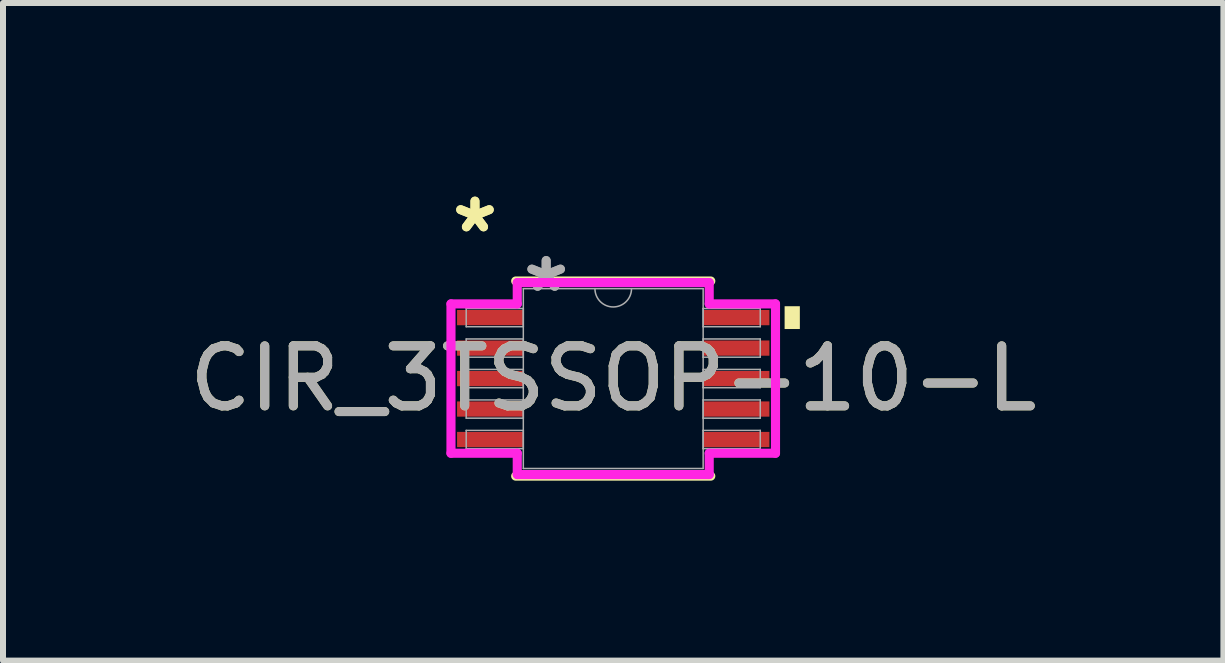
<source format=kicad_pcb>
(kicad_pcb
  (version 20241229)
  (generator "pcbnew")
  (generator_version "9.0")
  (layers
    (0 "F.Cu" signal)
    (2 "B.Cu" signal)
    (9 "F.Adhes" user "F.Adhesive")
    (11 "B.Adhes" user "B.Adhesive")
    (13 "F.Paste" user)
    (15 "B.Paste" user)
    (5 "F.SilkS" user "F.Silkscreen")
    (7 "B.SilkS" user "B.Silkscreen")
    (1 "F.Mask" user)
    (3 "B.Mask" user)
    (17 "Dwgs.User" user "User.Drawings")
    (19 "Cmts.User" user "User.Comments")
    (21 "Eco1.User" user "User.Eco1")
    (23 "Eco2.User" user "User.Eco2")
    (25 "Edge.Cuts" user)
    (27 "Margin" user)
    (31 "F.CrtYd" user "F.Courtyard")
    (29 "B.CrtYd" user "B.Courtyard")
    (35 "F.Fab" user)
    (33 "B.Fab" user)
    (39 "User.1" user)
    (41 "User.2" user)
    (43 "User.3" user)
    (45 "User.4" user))
  (footprint "CIR_3TSSOP-10-L"
    (layer "F.Cu")
    (at 7.173 3.261)
    (property "Reference" "CIR_3TSSOP-10-L" (at 0 0 0) (unlocked yes) (layer "F.SilkS") (effects (font (size 1 1) (thickness 0.15))))
    (attr smd)
    (fp_line (start -1.626 1.626) (end 1.626 1.626) (stroke (width 0.152) (type solid)) (layer "F.SilkS"))
    (fp_line (start 1.626 -1.626) (end -1.626 -1.626) (stroke (width 0.152) (type solid)) (layer "F.SilkS"))
    (fp_poly (pts (xy 3.111 -1.206) (xy 3.111 -0.826) (xy 2.857 -0.826) (xy 2.857 -1.206)) (stroke (width 0) (type solid)) (fill yes) (layer "F.SilkS"))
    (fp_line (start -2.705 -1.245) (end -1.6 -1.245) (stroke (width 0.152) (type solid)) (layer "F.CrtYd"))
    (fp_line (start -2.705 1.245) (end -2.705 -1.245) (stroke (width 0.152) (type solid)) (layer "F.CrtYd"))
    (fp_line (start -2.705 1.245) (end -1.6 1.245) (stroke (width 0.152) (type solid)) (layer "F.CrtYd"))
    (fp_line (start -1.6 -1.6) (end 1.6 -1.6) (stroke (width 0.152) (type solid)) (layer "F.CrtYd"))
    (fp_line (start -1.6 -1.245) (end -1.6 -1.6) (stroke (width 0.152) (type solid)) (layer "F.CrtYd"))
    (fp_line (start -1.6 1.6) (end -1.6 1.245) (stroke (width 0.152) (type solid)) (layer "F.CrtYd"))
    (fp_line (start 1.6 -1.6) (end 1.6 -1.245) (stroke (width 0.152) (type solid)) (layer "F.CrtYd"))
    (fp_line (start 1.6 1.245) (end 1.6 1.6) (stroke (width 0.152) (type solid)) (layer "F.CrtYd"))
    (fp_line (start 1.6 1.6) (end -1.6 1.6) (stroke (width 0.152) (type solid)) (layer "F.CrtYd"))
    (fp_line (start 2.705 -1.245) (end 1.6 -1.245) (stroke (width 0.152) (type solid)) (layer "F.CrtYd"))
    (fp_line (start 2.705 -1.245) (end 2.705 1.245) (stroke (width 0.152) (type solid)) (layer "F.CrtYd"))
    (fp_line (start 2.705 1.245) (end 1.6 1.245) (stroke (width 0.152) (type solid)) (layer "F.CrtYd"))
    (fp_line (start -2.451 -1.168) (end -2.451 -0.864) (stroke (width 0.025) (type solid)) (layer "F.Fab"))
    (fp_line (start -2.451 -0.864) (end -1.499 -0.864) (stroke (width 0.025) (type solid)) (layer "F.Fab"))
    (fp_line (start -2.451 -0.66) (end -2.451 -0.356) (stroke (width 0.025) (type solid)) (layer "F.Fab"))
    (fp_line (start -2.451 -0.356) (end -1.499 -0.356) (stroke (width 0.025) (type solid)) (layer "F.Fab"))
    (fp_line (start -2.451 -0.152) (end -2.451 0.152) (stroke (width 0.025) (type solid)) (layer "F.Fab"))
    (fp_line (start -2.451 0.152) (end -1.499 0.152) (stroke (width 0.025) (type solid)) (layer "F.Fab"))
    (fp_line (start -2.451 0.356) (end -2.451 0.66) (stroke (width 0.025) (type solid)) (layer "F.Fab"))
    (fp_line (start -2.451 0.66) (end -1.499 0.66) (stroke (width 0.025) (type solid)) (layer "F.Fab"))
    (fp_line (start -2.451 0.864) (end -2.451 1.168) (stroke (width 0.025) (type solid)) (layer "F.Fab"))
    (fp_line (start -2.451 1.168) (end -1.499 1.168) (stroke (width 0.025) (type solid)) (layer "F.Fab"))
    (fp_line (start -1.499 -1.499) (end -1.499 1.499) (stroke (width 0.025) (type solid)) (layer "F.Fab"))
    (fp_line (start -1.499 -1.168) (end -2.451 -1.168) (stroke (width 0.025) (type solid)) (layer "F.Fab"))
    (fp_line (start -1.499 -0.864) (end -1.499 -1.168) (stroke (width 0.025) (type solid)) (layer "F.Fab"))
    (fp_line (start -1.499 -0.66) (end -2.451 -0.66) (stroke (width 0.025) (type solid)) (layer "F.Fab"))
    (fp_line (start -1.499 -0.356) (end -1.499 -0.66) (stroke (width 0.025) (type solid)) (layer "F.Fab"))
    (fp_line (start -1.499 -0.152) (end -2.451 -0.152) (stroke (width 0.025) (type solid)) (layer "F.Fab"))
    (fp_line (start -1.499 0.152) (end -1.499 -0.152) (stroke (width 0.025) (type solid)) (layer "F.Fab"))
    (fp_line (start -1.499 0.356) (end -2.451 0.356) (stroke (width 0.025) (type solid)) (layer "F.Fab"))
    (fp_line (start -1.499 0.66) (end -1.499 0.356) (stroke (width 0.025) (type solid)) (layer "F.Fab"))
    (fp_line (start -1.499 0.864) (end -2.451 0.864) (stroke (width 0.025) (type solid)) (layer "F.Fab"))
    (fp_line (start -1.499 1.168) (end -1.499 0.864) (stroke (width 0.025) (type solid)) (layer "F.Fab"))
    (fp_line (start -1.499 1.499) (end 1.499 1.499) (stroke (width 0.025) (type solid)) (layer "F.Fab"))
    (fp_line (start 1.499 -1.499) (end -1.499 -1.499) (stroke (width 0.025) (type solid)) (layer "F.Fab"))
    (fp_line (start 1.499 -1.168) (end 1.499 -0.864) (stroke (width 0.025) (type solid)) (layer "F.Fab"))
    (fp_line (start 1.499 -0.864) (end 2.451 -0.864) (stroke (width 0.025) (type solid)) (layer "F.Fab"))
    (fp_line (start 1.499 -0.66) (end 1.499 -0.356) (stroke (width 0.025) (type solid)) (layer "F.Fab"))
    (fp_line (start 1.499 -0.356) (end 2.451 -0.356) (stroke (width 0.025) (type solid)) (layer "F.Fab"))
    (fp_line (start 1.499 -0.152) (end 1.499 0.152) (stroke (width 0.025) (type solid)) (layer "F.Fab"))
    (fp_line (start 1.499 0.152) (end 2.451 0.152) (stroke (width 0.025) (type solid)) (layer "F.Fab"))
    (fp_line (start 1.499 0.356) (end 1.499 0.66) (stroke (width 0.025) (type solid)) (layer "F.Fab"))
    (fp_line (start 1.499 0.66) (end 2.451 0.66) (stroke (width 0.025) (type solid)) (layer "F.Fab"))
    (fp_line (start 1.499 0.864) (end 1.499 1.168) (stroke (width 0.025) (type solid)) (layer "F.Fab"))
    (fp_line (start 1.499 1.168) (end 2.451 1.168) (stroke (width 0.025) (type solid)) (layer "F.Fab"))
    (fp_line (start 1.499 1.499) (end 1.499 -1.499) (stroke (width 0.025) (type solid)) (layer "F.Fab"))
    (fp_line (start 2.451 -1.168) (end 1.499 -1.168) (stroke (width 0.025) (type solid)) (layer "F.Fab"))
    (fp_line (start 2.451 -0.864) (end 2.451 -1.168) (stroke (width 0.025) (type solid)) (layer "F.Fab"))
    (fp_line (start 2.451 -0.66) (end 1.499 -0.66) (stroke (width 0.025) (type solid)) (layer "F.Fab"))
    (fp_line (start 2.451 -0.356) (end 2.451 -0.66) (stroke (width 0.025) (type solid)) (layer "F.Fab"))
    (fp_line (start 2.451 -0.152) (end 1.499 -0.152) (stroke (width 0.025) (type solid)) (layer "F.Fab"))
    (fp_line (start 2.451 0.152) (end 2.451 -0.152) (stroke (width 0.025) (type solid)) (layer "F.Fab"))
    (fp_line (start 2.451 0.356) (end 1.499 0.356) (stroke (width 0.025) (type solid)) (layer "F.Fab"))
    (fp_line (start 2.451 0.66) (end 2.451 0.356) (stroke (width 0.025) (type solid)) (layer "F.Fab"))
    (fp_line (start 2.451 0.864) (end 1.499 0.864) (stroke (width 0.025) (type solid)) (layer "F.Fab"))
    (fp_line (start 2.451 1.168) (end 2.451 0.864) (stroke (width 0.025) (type solid)) (layer "F.Fab"))
    (fp_arc (start 0.3048 -1.4986) (mid 0 -1.1938) (end -0.3048 -1.4986) (stroke (width 0.0254) (type solid)) (layer "F.Fab"))
    (fp_text user "*" (at -2.305 -2.413 0) (layer "F.SilkS") (effects (font (size 1 1) (thickness 0.15))))
    (fp_text user "*" (at -2.305 -2.413 0) (unlocked yes) (layer "F.SilkS") (effects (font (size 1 1) (thickness 0.15))))
    (fp_text user "${REFERENCE}" (at 0 0 0) (unlocked yes) (layer "F.Fab") (effects (font (size 1 1) (thickness 0.15))))
    (fp_text user "*" (at -1.118 -1.422 0) (unlocked yes) (layer "F.Fab") (effects (font (size 1 1) (thickness 0.15))))
    (fp_text user "*" (at -1.118 -1.422 0) (layer "F.Fab") (effects (font (size 1 1) (thickness 0.15))))
    (pad "1" smd rect (at -2.051 -1.016) (size 1.105 0.254) (layers "F.Cu" "F.Mask" "F.Paste"))
    (pad "2" smd rect (at -2.051 -0.508) (size 1.105 0.254) (layers "F.Cu" "F.Mask" "F.Paste"))
    (pad "3" smd rect (at -2.051 0) (size 1.105 0.254) (layers "F.Cu" "F.Mask" "F.Paste"))
    (pad "4" smd rect (at -2.051 0.508) (size 1.105 0.254) (layers "F.Cu" "F.Mask" "F.Paste"))
    (pad "5" smd rect (at -2.051 1.016) (size 1.105 0.254) (layers "F.Cu" "F.Mask" "F.Paste"))
    (pad "6" smd rect (at 2.051 1.016) (size 1.105 0.254) (layers "F.Cu" "F.Mask" "F.Paste"))
    (pad "7" smd rect (at 2.051 0.508) (size 1.105 0.254) (layers "F.Cu" "F.Mask" "F.Paste"))
    (pad "8" smd rect (at 2.051 0) (size 1.105 0.254) (layers "F.Cu" "F.Mask" "F.Paste"))
    (pad "9" smd rect (at 2.051 -0.508) (size 1.105 0.254) (layers "F.Cu" "F.Mask" "F.Paste"))
    (pad "10" smd rect (at 2.051 -1.016) (size 1.105 0.254) (layers "F.Cu" "F.Mask" "F.Paste")))
  (gr_rect
    (start -3 -3)
    (end 17.345 7.963)
    (stroke (width 0.1) (type default))
    (fill no)
    (layer "Edge.Cuts")))
</source>
